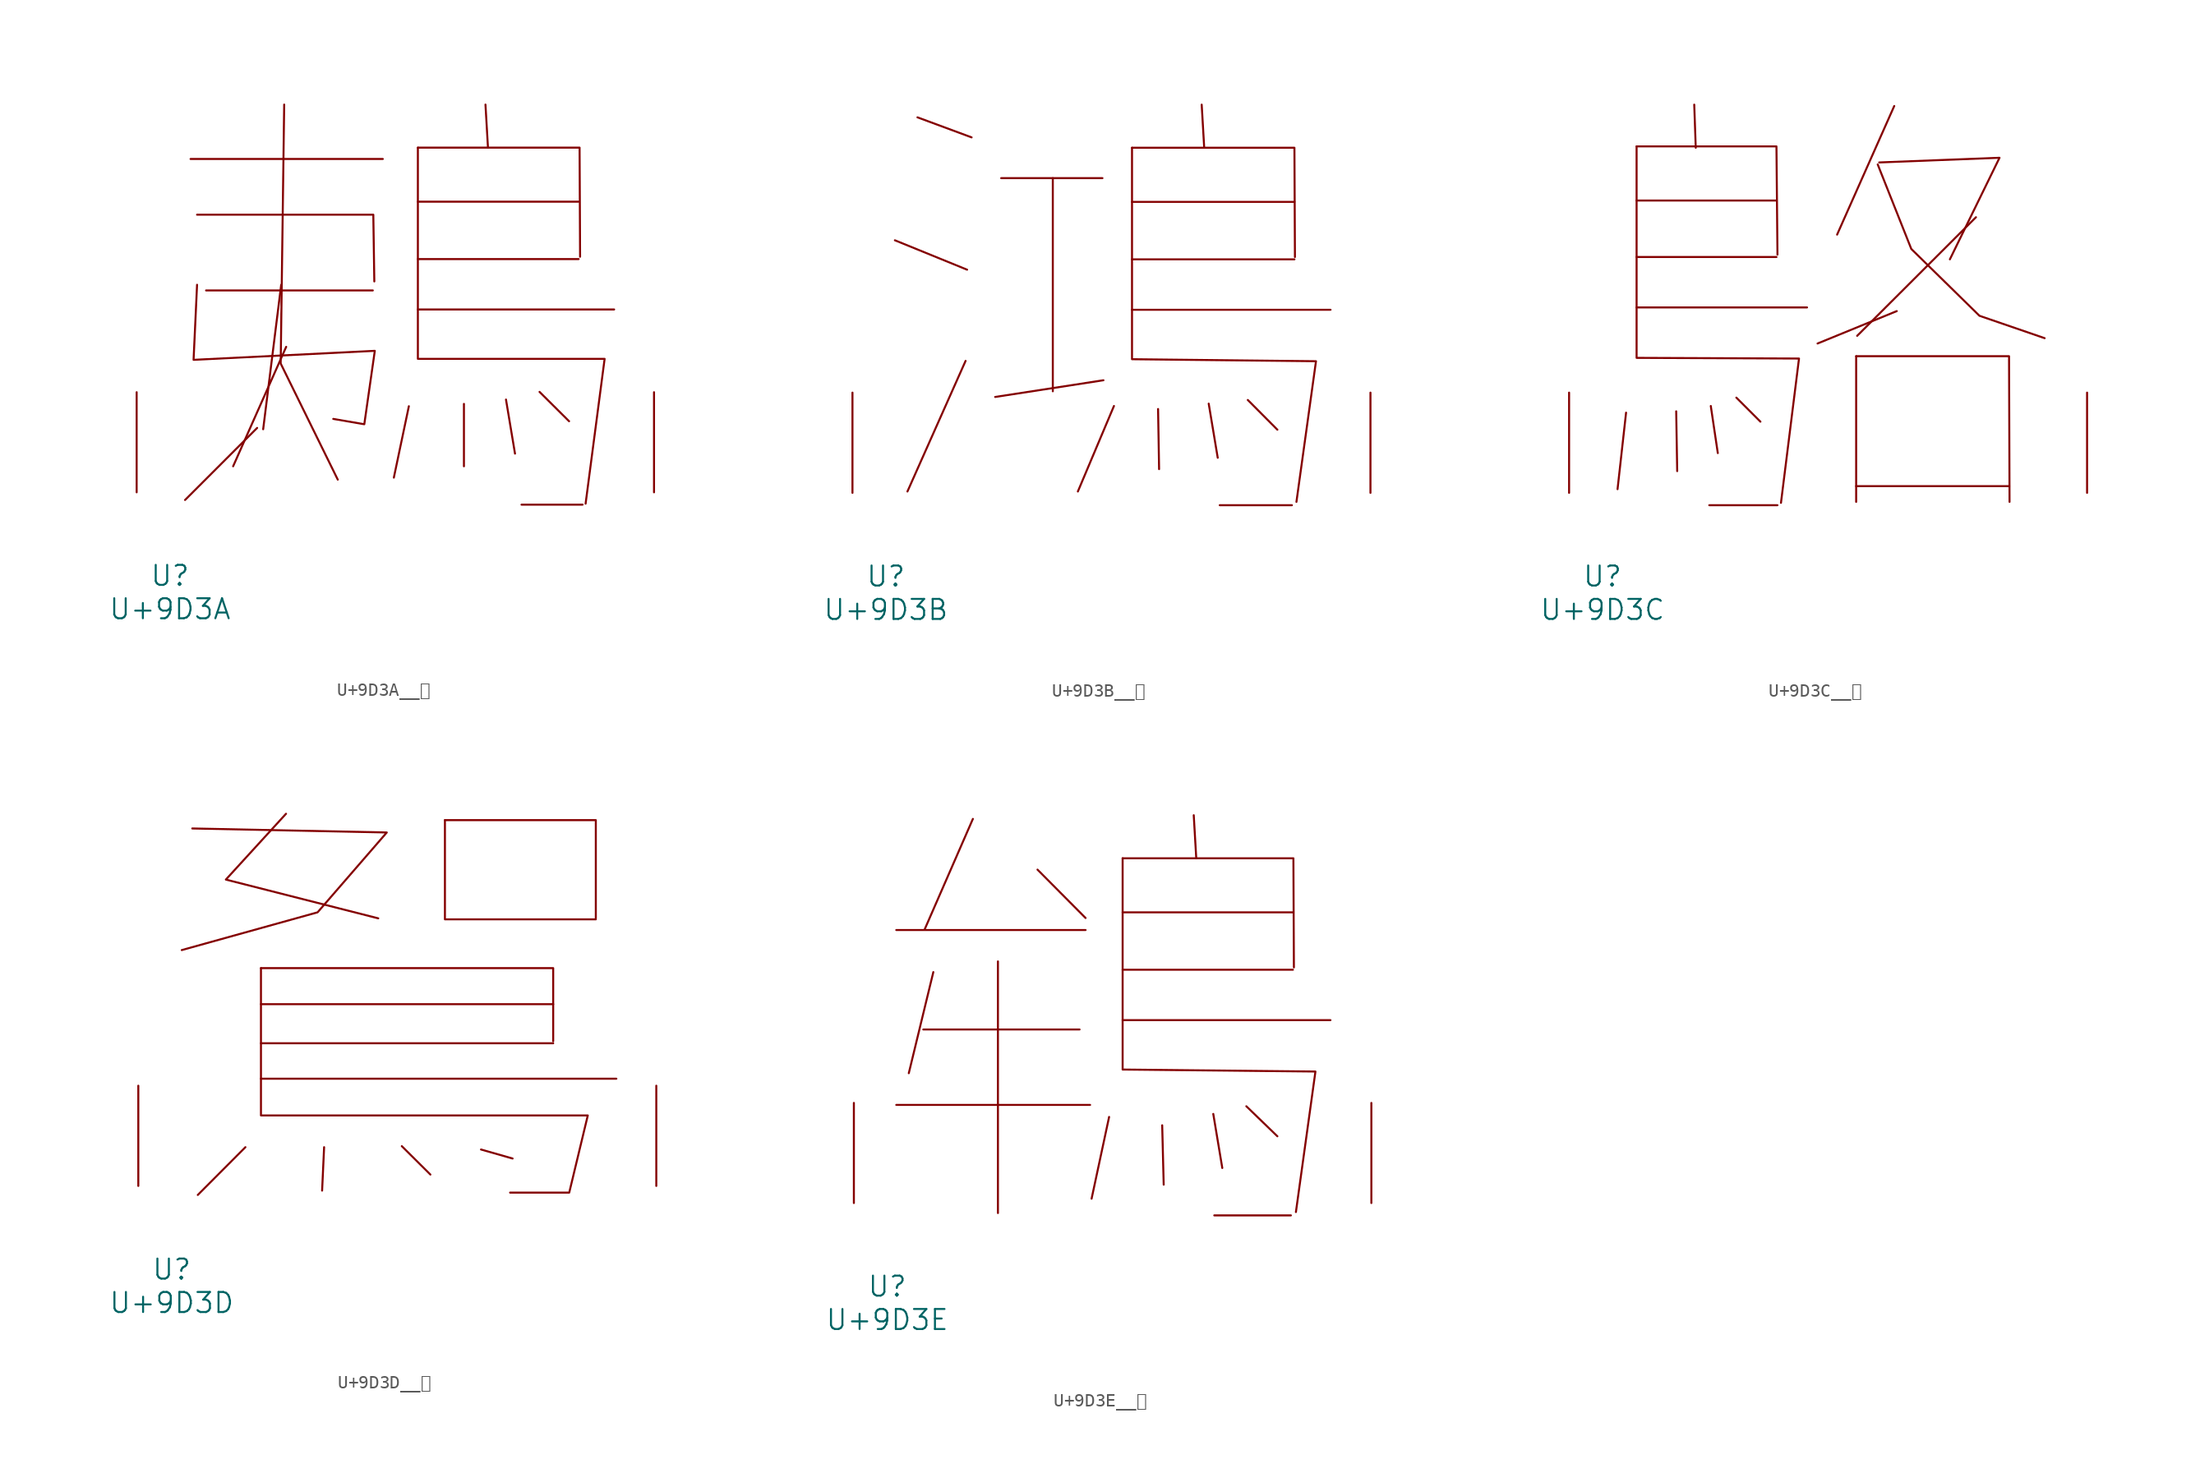
<source format=kicad_sym>
(kicad_symbol_lib
  (version 20231120)
  (generator "kicad_symbol_editor")
  (generator_version "8.0")
  (symbol "U+9D3A__鴺"
    (pin_names
      (offset 1.016))
    (property "Reference" "U"
      (at 0 -6.35 0)
      (effects (font (size 1.524 1.524))))
    (property "Value" "U+9D3A"
      (at 0 -8.89 0)
      (effects (font (size 1.524 1.524))))
    (symbol "U+9D3A__鴺_0_1"
      (polyline (pts (xy 1.562 25.375) (xy 16.192 25.375)) (stroke (width 0) (type solid)) (fill (type none)))
      (polyline (pts (xy 2.743 15.367) (xy 15.431 15.367)) (stroke (width 0) (type solid)) (fill (type none)))
      (polyline (pts (xy 6.629 4.902) (xy 1.143 -0.584)) (stroke (width 0) (type solid)) (fill (type none)))
      (polyline (pts (xy 8.458 15.799) (xy 7.087 4.801)) (stroke (width 0) (type solid)) (fill (type none)))
      (polyline (pts (xy 8.839 11.074) (xy 4.801 1.981)) (stroke (width 0) (type solid)) (fill (type none)))
      (polyline (pts (xy 18.174 6.553) (xy 17.031 1.118)) (stroke (width 0) (type solid)) (fill (type none)))
      (polyline (pts (xy 18.86 13.919) (xy 33.795 13.919)) (stroke (width 0) (type solid)) (fill (type none)))
      (polyline (pts (xy 18.86 17.755) (xy 31.09 17.755)) (stroke (width 0) (type solid)) (fill (type none)))
      (polyline (pts (xy 18.86 22.123) (xy 31.09 22.123)) (stroke (width 0) (type solid)) (fill (type none)))
      (polyline (pts (xy 22.365 6.731) (xy 22.365 1.981)) (stroke (width 0) (type solid)) (fill (type none)))
      (polyline (pts (xy 24.003 29.515) (xy 24.194 26.238)) (stroke (width 0) (type solid)) (fill (type none)))
      (polyline (pts (xy 25.565 7.061) (xy 26.251 2.946)) (stroke (width 0) (type solid)) (fill (type none)))
      (polyline (pts (xy 26.746 -0.94) (xy 31.394 -0.94)) (stroke (width 0) (type solid)) (fill (type none)))
      (polyline (pts (xy 28.118 7.645) (xy 30.366 5.41)) (stroke (width 0) (type solid)) (fill (type none)))
      (polyline (pts (xy 2.057 21.133) (xy 15.469 21.133) (xy 15.545 16.053)) (stroke (width 0) (type solid)) (fill (type none)))
      (polyline (pts (xy 8.687 29.515) (xy 8.42 9.804) (xy 12.764 0.965)) (stroke (width 0) (type solid)) (fill (type none)))
      (polyline (pts (xy 18.86 26.238) (xy 31.166 26.238) (xy 31.204 17.932)) (stroke (width 0) (type solid)) (fill (type none)))
      (polyline (pts (xy 18.86 26.238) (xy 18.86 10.16) (xy 33.071 10.16) (xy 31.623 -0.864)) (stroke (width 0) (type solid)) (fill (type none)))
      (polyline (pts (xy 2.057 15.799) (xy 1.791 10.084) (xy 15.583 10.77) (xy 14.783 5.182) (xy 12.421 5.588)) (stroke (width 0) (type solid)) (fill (type none)))
      (pin input line (at -2.54 0 90) (length 7.62) (name "~" (effects (font (size 1.27 1.27)))) (number "~" (effects (font (size 1.27 1.27)))))
      (pin input line (at 36.83 0 90) (length 7.62) (name "~" (effects (font (size 1.27 1.27)))) (number "~" (effects (font (size 1.27 1.27)))))))
  (symbol "U+9D3B__鴻"
    (pin_names
      (offset 1.016))
    (property "Reference" "U"
      (at 0 -6.35 0)
      (effects (font (size 1.524 1.524))))
    (property "Value" "U+9D3B"
      (at 0 -8.89 0)
      (effects (font (size 1.524 1.524))))
    (symbol "U+9D3B__鴻_0_1"
      (polyline (pts (xy 0.686 19.202) (xy 6.172 16.967)) (stroke (width 0) (type solid)) (fill (type none)))
      (polyline (pts (xy 2.4 28.55) (xy 6.515 27.026)) (stroke (width 0) (type solid)) (fill (type none)))
      (polyline (pts (xy 6.058 10.033) (xy 1.638 0.102)) (stroke (width 0) (type solid)) (fill (type none)))
      (polyline (pts (xy 8.763 23.927) (xy 16.459 23.927)) (stroke (width 0) (type solid)) (fill (type none)))
      (polyline (pts (xy 12.687 23.927) (xy 12.687 7.722)) (stroke (width 0) (type solid)) (fill (type none)))
      (polyline (pts (xy 16.535 8.56) (xy 8.306 7.29)) (stroke (width 0) (type solid)) (fill (type none)))
      (polyline (pts (xy 17.335 6.604) (xy 14.592 0.102)) (stroke (width 0) (type solid)) (fill (type none)))
      (polyline (pts (xy 18.707 13.919) (xy 33.795 13.919)) (stroke (width 0) (type solid)) (fill (type none)))
      (polyline (pts (xy 18.707 17.755) (xy 31.052 17.755)) (stroke (width 0) (type solid)) (fill (type none)))
      (polyline (pts (xy 18.707 22.123) (xy 31.052 22.123)) (stroke (width 0) (type solid)) (fill (type none)))
      (polyline (pts (xy 20.688 6.375) (xy 20.765 1.803)) (stroke (width 0) (type solid)) (fill (type none)))
      (polyline (pts (xy 24.003 29.515) (xy 24.194 26.238)) (stroke (width 0) (type solid)) (fill (type none)))
      (polyline (pts (xy 24.536 6.782) (xy 25.222 2.667)) (stroke (width 0) (type solid)) (fill (type none)))
      (polyline (pts (xy 25.375 -0.94) (xy 30.861 -0.94)) (stroke (width 0) (type solid)) (fill (type none)))
      (polyline (pts (xy 27.508 7.061) (xy 29.756 4.801)) (stroke (width 0) (type solid)) (fill (type none)))
      (polyline (pts (xy 18.707 26.238) (xy 31.052 26.238) (xy 31.09 17.932)) (stroke (width 0) (type solid)) (fill (type none)))
      (polyline (pts (xy 18.707 26.238) (xy 18.707 10.16) (xy 32.69 10.008) (xy 31.204 -0.686)) (stroke (width 0) (type solid)) (fill (type none)))
      (pin input line (at -2.54 0 90) (length 7.62) (name "~" (effects (font (size 1.27 1.27)))) (number "~" (effects (font (size 1.27 1.27)))))
      (pin input line (at 36.83 0 90) (length 7.62) (name "~" (effects (font (size 1.27 1.27)))) (number "~" (effects (font (size 1.27 1.27)))))))
  (symbol "U+9D3C__鴼"
    (pin_names
      (offset 1.016))
    (property "Reference" "U"
      (at 0 -6.35 0)
      (effects (font (size 1.524 1.524))))
    (property "Value" "U+9D3C"
      (at 0 -8.89 0)
      (effects (font (size 1.524 1.524))))
    (symbol "U+9D3C__鴼_0_1"
      (polyline (pts (xy 1.791 6.096) (xy 1.143 0.279)) (stroke (width 0) (type solid)) (fill (type none)))
      (polyline (pts (xy 2.591 14.097) (xy 15.545 14.097)) (stroke (width 0) (type solid)) (fill (type none)))
      (polyline (pts (xy 2.591 17.932) (xy 13.221 17.932)) (stroke (width 0) (type solid)) (fill (type none)))
      (polyline (pts (xy 2.591 22.225) (xy 13.221 22.225)) (stroke (width 0) (type solid)) (fill (type none)))
      (polyline (pts (xy 5.601 6.198) (xy 5.677 1.651)) (stroke (width 0) (type solid)) (fill (type none)))
      (polyline (pts (xy 6.972 29.515) (xy 7.087 26.238)) (stroke (width 0) (type solid)) (fill (type none)))
      (polyline (pts (xy 8.115 -0.94) (xy 13.297 -0.94)) (stroke (width 0) (type solid)) (fill (type none)))
      (polyline (pts (xy 8.23 6.604) (xy 8.763 3.023)) (stroke (width 0) (type solid)) (fill (type none)))
      (polyline (pts (xy 10.173 7.239) (xy 12.002 5.41)) (stroke (width 0) (type solid)) (fill (type none)))
      (polyline (pts (xy 19.279 0.508) (xy 30.861 0.508)) (stroke (width 0) (type solid)) (fill (type none)))
      (polyline (pts (xy 19.279 10.389) (xy 19.279 -0.686)) (stroke (width 0) (type solid)) (fill (type none)))
      (polyline (pts (xy 22.174 29.413) (xy 17.831 19.634)) (stroke (width 0) (type solid)) (fill (type none)))
      (polyline (pts (xy 22.365 13.818) (xy 16.345 11.354)) (stroke (width 0) (type solid)) (fill (type none)))
      (polyline (pts (xy 28.384 20.955) (xy 19.355 11.938)) (stroke (width 0) (type solid)) (fill (type none)))
      (polyline (pts (xy 2.591 26.34) (xy 13.221 26.34) (xy 13.297 18.11)) (stroke (width 0) (type solid)) (fill (type none)))
      (polyline (pts (xy 19.279 10.389) (xy 30.899 10.389) (xy 30.937 -0.686)) (stroke (width 0) (type solid)) (fill (type none)))
      (polyline (pts (xy 21.031 25.121) (xy 30.175 25.476) (xy 26.403 17.755)) (stroke (width 0) (type solid)) (fill (type none)))
      (polyline (pts (xy 2.591 26.34) (xy 2.591 10.262) (xy 14.935 10.211) (xy 13.564 -0.762)) (stroke (width 0) (type solid)) (fill (type none)))
      (polyline (pts (xy 20.917 24.968) (xy 23.47 18.542) (xy 28.651 13.462) (xy 33.604 11.76)) (stroke (width 0) (type solid)) (fill (type none)))
      (pin input line (at -2.54 0 90) (length 7.62) (name "~" (effects (font (size 1.27 1.27)))) (number "~" (effects (font (size 1.27 1.27)))))
      (pin input line (at 36.83 0 90) (length 7.62) (name "~" (effects (font (size 1.27 1.27)))) (number "~" (effects (font (size 1.27 1.27)))))))
  (symbol "U+9D3D__鴽"
    (pin_names
      (offset 1.016))
    (property "Reference" "U"
      (at 0 -6.35 0)
      (effects (font (size 1.524 1.524))))
    (property "Value" "U+9D3D"
      (at 0 -8.89 0)
      (effects (font (size 1.524 1.524))))
    (symbol "U+9D3D__鴽_0_1"
      (polyline (pts (xy 5.601 2.946) (xy 1.981 -0.686)) (stroke (width 0) (type solid)) (fill (type none)))
      (polyline (pts (xy 6.782 8.153) (xy 33.795 8.153)) (stroke (width 0) (type solid)) (fill (type none)))
      (polyline (pts (xy 6.782 10.846) (xy 28.994 10.846)) (stroke (width 0) (type solid)) (fill (type none)))
      (polyline (pts (xy 6.782 13.818) (xy 28.994 13.818)) (stroke (width 0) (type solid)) (fill (type none)))
      (polyline (pts (xy 11.582 2.946) (xy 11.43 -0.356)) (stroke (width 0) (type solid)) (fill (type none)))
      (polyline (pts (xy 17.488 3.023) (xy 19.66 0.864)) (stroke (width 0) (type solid)) (fill (type none)))
      (polyline (pts (xy 20.765 20.269) (xy 32.233 20.269)) (stroke (width 0) (type solid)) (fill (type none)))
      (polyline (pts (xy 20.765 27.813) (xy 20.765 20.345)) (stroke (width 0) (type solid)) (fill (type none)))
      (polyline (pts (xy 23.508 2.769) (xy 25.908 2.083)) (stroke (width 0) (type solid)) (fill (type none)))
      (polyline (pts (xy 6.782 16.561) (xy 28.994 16.561) (xy 28.994 10.998)) (stroke (width 0) (type solid)) (fill (type none)))
      (polyline (pts (xy 8.687 28.296) (xy 4.115 23.292) (xy 15.697 20.345)) (stroke (width 0) (type solid)) (fill (type none)))
      (polyline (pts (xy 20.765 27.813) (xy 32.233 27.813) (xy 32.233 20.345)) (stroke (width 0) (type solid)) (fill (type none)))
      (polyline (pts (xy 1.562 27.178) (xy 16.345 26.873) (xy 11.087 20.803) (xy 0.762 17.932)) (stroke (width 0) (type solid)) (fill (type none)))
      (polyline (pts (xy 6.782 16.561) (xy 6.782 5.359) (xy 31.623 5.359) (xy 30.213 -0.508) (xy 25.718 -0.508)) (stroke (width 0) (type solid)) (fill (type none)))
      (pin input line (at -2.54 0 90) (length 7.62) (name "~" (effects (font (size 1.27 1.27)))) (number "~" (effects (font (size 1.27 1.27)))))
      (pin input line (at 36.83 0 90) (length 7.62) (name "~" (effects (font (size 1.27 1.27)))) (number "~" (effects (font (size 1.27 1.27)))))))
  (symbol "U+9D3E__鴾"
    (pin_names
      (offset 1.016))
    (property "Reference" "U"
      (at 0 -6.35 0)
      (effects (font (size 1.524 1.524))))
    (property "Value" "U+9D3E"
      (at 0 -8.89 0)
      (effects (font (size 1.524 1.524))))
    (symbol "U+9D3E__鴾_0_1"
      (polyline (pts (xy 0.686 7.468) (xy 15.431 7.468)) (stroke (width 0) (type solid)) (fill (type none)))
      (polyline (pts (xy 0.686 20.777) (xy 15.088 20.777)) (stroke (width 0) (type solid)) (fill (type none)))
      (polyline (pts (xy 2.743 13.208) (xy 14.63 13.208)) (stroke (width 0) (type solid)) (fill (type none)))
      (polyline (pts (xy 3.505 17.577) (xy 1.638 9.881)) (stroke (width 0) (type solid)) (fill (type none)))
      (polyline (pts (xy 6.515 29.235) (xy 2.857 20.853)) (stroke (width 0) (type solid)) (fill (type none)))
      (polyline (pts (xy 8.42 18.39) (xy 8.42 -0.762)) (stroke (width 0) (type solid)) (fill (type none)))
      (polyline (pts (xy 11.43 25.375) (xy 15.088 21.692)) (stroke (width 0) (type solid)) (fill (type none)))
      (polyline (pts (xy 16.878 6.553) (xy 15.545 0.33)) (stroke (width 0) (type solid)) (fill (type none)))
      (polyline (pts (xy 17.907 13.919) (xy 33.718 13.919)) (stroke (width 0) (type solid)) (fill (type none)))
      (polyline (pts (xy 17.907 17.755) (xy 30.861 17.755)) (stroke (width 0) (type solid)) (fill (type none)))
      (polyline (pts (xy 17.907 22.123) (xy 30.861 22.123)) (stroke (width 0) (type solid)) (fill (type none)))
      (polyline (pts (xy 20.917 5.918) (xy 21.031 1.397)) (stroke (width 0) (type solid)) (fill (type none)))
      (polyline (pts (xy 23.317 29.515) (xy 23.508 26.238)) (stroke (width 0) (type solid)) (fill (type none)))
      (polyline (pts (xy 24.803 6.782) (xy 25.489 2.667)) (stroke (width 0) (type solid)) (fill (type none)))
      (polyline (pts (xy 24.879 -0.94) (xy 30.709 -0.94)) (stroke (width 0) (type solid)) (fill (type none)))
      (polyline (pts (xy 27.318 7.366) (xy 29.68 5.08)) (stroke (width 0) (type solid)) (fill (type none)))
      (polyline (pts (xy 17.907 26.238) (xy 30.899 26.238) (xy 30.937 17.932)) (stroke (width 0) (type solid)) (fill (type none)))
      (polyline (pts (xy 17.907 26.238) (xy 17.907 10.16) (xy 32.575 10.008) (xy 31.09 -0.686)) (stroke (width 0) (type solid)) (fill (type none)))
      (pin input line (at -2.54 0 90) (length 7.62) (name "~" (effects (font (size 1.27 1.27)))) (number "~" (effects (font (size 1.27 1.27)))))
      (pin input line (at 36.83 0 90) (length 7.62) (name "~" (effects (font (size 1.27 1.27)))) (number "~" (effects (font (size 1.27 1.27))))))))
</source>
